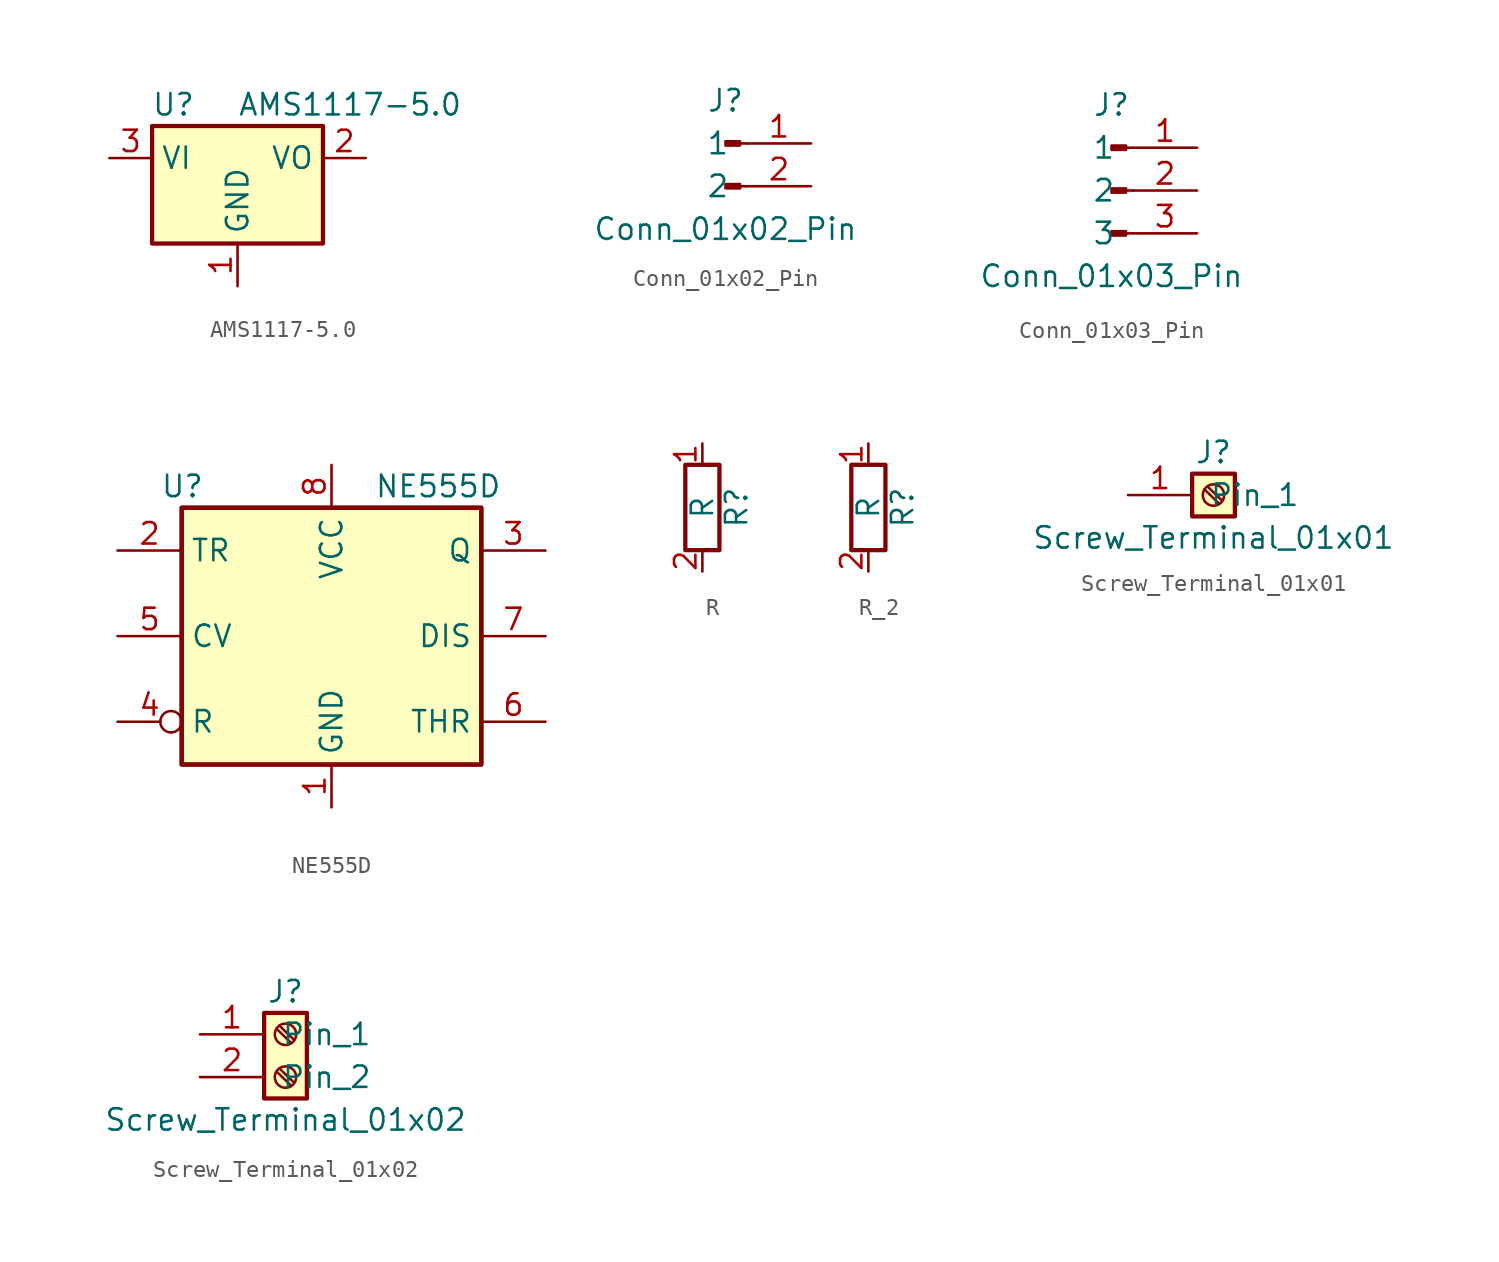
<source format=kicad_sym>
(kicad_symbol_lib
  (version 20241209)
  (generator kicad_symbol_editor)
  (symbol "AMS1117-5.0"
    (property "Reference" "U"
      (at -3.81 3.175 0)
      (effects (font (size 1.27 1.27))))
    (property "Value" "AMS1117-5.0"
      (at 0 3.175 0)
      (effects (font (size 1.27 1.27)) (justify left)))
    (property "ki_keywords" "linear regulator ldo fixed positive"
      (at 0 0 0)
      (effects (font (size 1.27 1.27))))
    (property "ki_fp_filters" "SOT?223*TabPin2*"
      (at 0 0 0)
      (effects (font (size 1.27 1.27))))
    (symbol "AMS1117-5.0_0_1"
      (rectangle (start -5.08 -5.08) (end 5.08 1.905) (stroke (width 0.254) (type default)) (fill (type background))))
    (symbol "AMS1117-5.0_1_1"
      (pin power_in line (at -7.62 0 0) (length 2.54) (name "VI" (effects (font (size 1.27 1.27)))) (number "3" (effects (font (size 1.27 1.27)))))
      (pin power_in line (at 0 -7.62 90) (length 2.54) (name "GND" (effects (font (size 1.27 1.27)))) (number "1" (effects (font (size 1.27 1.27)))))
      (pin power_out line (at 7.62 0 180) (length 2.54) (name "VO" (effects (font (size 1.27 1.27)))) (number "2" (effects (font (size 1.27 1.27)))))))
  (symbol "Conn_01x02_Pin"
    (pin_names
      (offset 1.016))
    (property "Reference" "J"
      (at 0 2.54 0)
      (effects (font (size 1.27 1.27))))
    (property "Value" "Conn_01x02_Pin"
      (at 0 -5.08 0)
      (effects (font (size 1.27 1.27))))
    (property "ki_keywords" "connector"
      (at 0 0 0)
      (effects (font (size 1.27 1.27))))
    (property "ki_fp_filters" "Connector*:*_1x??_*"
      (at 0 0 0)
      (effects (font (size 1.27 1.27))))
    (symbol "Conn_01x02_Pin_1_1"
      (rectangle (start 0.864 0.127) (end 0 -0.127) (stroke (width 0.152) (type default)) (fill (type outline)))
      (rectangle (start 0.864 -2.413) (end 0 -2.667) (stroke (width 0.152) (type default)) (fill (type outline)))
      (polyline (pts (xy 1.27 0) (xy 0.864 0)) (stroke (width 0.152) (type default)) (fill (type none)))
      (polyline (pts (xy 1.27 -2.54) (xy 0.864 -2.54)) (stroke (width 0.152) (type default)) (fill (type none)))
      (pin passive line (at 5.08 0 180) (length 3.81) (name "1" (effects (font (size 1.27 1.27)))) (number "1" (effects (font (size 1.27 1.27)))))
      (pin passive line (at 5.08 -2.54 180) (length 3.81) (name "2" (effects (font (size 1.27 1.27)))) (number "2" (effects (font (size 1.27 1.27)))))))
  (symbol "Conn_01x03_Pin"
    (pin_names
      (offset 1.016))
    (property "Reference" "J"
      (at 0 5.08 0)
      (effects (font (size 1.27 1.27))))
    (property "Value" "Conn_01x03_Pin"
      (at 0 -5.08 0)
      (effects (font (size 1.27 1.27))))
    (property "ki_keywords" "connector"
      (at 0 0 0)
      (effects (font (size 1.27 1.27))))
    (property "ki_fp_filters" "Connector*:*_1x??_*"
      (at 0 0 0)
      (effects (font (size 1.27 1.27))))
    (symbol "Conn_01x03_Pin_1_1"
      (rectangle (start 0.864 2.667) (end 0 2.413) (stroke (width 0.152) (type default)) (fill (type outline)))
      (rectangle (start 0.864 0.127) (end 0 -0.127) (stroke (width 0.152) (type default)) (fill (type outline)))
      (rectangle (start 0.864 -2.413) (end 0 -2.667) (stroke (width 0.152) (type default)) (fill (type outline)))
      (polyline (pts (xy 1.27 2.54) (xy 0.864 2.54)) (stroke (width 0.152) (type default)) (fill (type none)))
      (polyline (pts (xy 1.27 0) (xy 0.864 0)) (stroke (width 0.152) (type default)) (fill (type none)))
      (polyline (pts (xy 1.27 -2.54) (xy 0.864 -2.54)) (stroke (width 0.152) (type default)) (fill (type none)))
      (pin passive line (at 5.08 2.54 180) (length 3.81) (name "1" (effects (font (size 1.27 1.27)))) (number "1" (effects (font (size 1.27 1.27)))))
      (pin passive line (at 5.08 0 180) (length 3.81) (name "2" (effects (font (size 1.27 1.27)))) (number "2" (effects (font (size 1.27 1.27)))))
      (pin passive line (at 5.08 -2.54 180) (length 3.81) (name "3" (effects (font (size 1.27 1.27)))) (number "3" (effects (font (size 1.27 1.27)))))))
  (symbol "NE555D"
    (property "Reference" "U"
      (at -10.16 8.89 0)
      (effects (font (size 1.27 1.27)) (justify left)))
    (property "Value" "NE555D"
      (at 2.54 8.89 0)
      (effects (font (size 1.27 1.27)) (justify left)))
    (property "ki_keywords" "single timer 555"
      (at 0 0 0)
      (effects (font (size 1.27 1.27))))
    (property "ki_fp_filters" "SOIC*3.9x4.9mm*P1.27mm*"
      (at 0 0 0)
      (effects (font (size 1.27 1.27))))
    (symbol "NE555D_0_0"
      (pin power_in line (at 0 10.16 270) (length 2.54) (name "VCC" (effects (font (size 1.27 1.27)))) (number "8" (effects (font (size 1.27 1.27)))))
      (pin power_in line (at 0 -10.16 90) (length 2.54) (name "GND" (effects (font (size 1.27 1.27)))) (number "1" (effects (font (size 1.27 1.27))))))
    (symbol "NE555D_0_1"
      (rectangle (start -8.89 -7.62) (end 8.89 7.62) (stroke (width 0.254) (type default)) (fill (type background)))
      (rectangle (start -8.89 -7.62) (end 8.89 7.62) (stroke (width 0.254) (type default)) (fill (type background))))
    (symbol "NE555D_1_1"
      (pin input line (at -12.7 5.08 0) (length 3.81) (name "TR" (effects (font (size 1.27 1.27)))) (number "2" (effects (font (size 1.27 1.27)))))
      (pin input line (at -12.7 0 0) (length 3.81) (name "CV" (effects (font (size 1.27 1.27)))) (number "5" (effects (font (size 1.27 1.27)))))
      (pin input inverted (at -12.7 -5.08 0) (length 3.81) (name "R" (effects (font (size 1.27 1.27)))) (number "4" (effects (font (size 1.27 1.27)))))
      (pin output line (at 12.7 5.08 180) (length 3.81) (name "Q" (effects (font (size 1.27 1.27)))) (number "3" (effects (font (size 1.27 1.27)))))
      (pin input line (at 12.7 0 180) (length 3.81) (name "DIS" (effects (font (size 1.27 1.27)))) (number "7" (effects (font (size 1.27 1.27)))))
      (pin input line (at 12.7 -5.08 180) (length 3.81) (name "THR" (effects (font (size 1.27 1.27)))) (number "6" (effects (font (size 1.27 1.27)))))))
  (symbol "R"
    (pin_names
      (offset 0))
    (property "Reference" "R"
      (at 2.032 0 90)
      (effects (font (size 1.27 1.27))))
    (property "Value" "R"
      (at 0 0 90)
      (effects (font (size 1.27 1.27))))
    (property "ki_keywords" "R res resistor"
      (at 0 0 0)
      (effects (font (size 1.27 1.27))))
    (property "ki_fp_filters" "R_*"
      (at 0 0 0)
      (effects (font (size 1.27 1.27))))
    (symbol "R_0_1"
      (rectangle (start -1.016 -2.54) (end 1.016 2.54) (stroke (width 0.254) (type default)) (fill (type none))))
    (symbol "R_1_1"
      (pin passive line (at 0 3.81 270) (length 1.27) (name "~" (effects (font (size 1.27 1.27)))) (number "1" (effects (font (size 1.27 1.27)))))
      (pin passive line (at 0 -3.81 90) (length 1.27) (name "~" (effects (font (size 1.27 1.27)))) (number "2" (effects (font (size 1.27 1.27)))))))
  (symbol "R_2"
    (pin_names
      (offset 0))
    (property "Reference" "R"
      (at 2.032 0 90)
      (effects (font (size 1.27 1.27))))
    (property "Value" "R"
      (at 0 0 90)
      (effects (font (size 1.27 1.27))))
    (property "ki_keywords" "R res resistor"
      (at 0 0 0)
      (effects (font (size 1.27 1.27))))
    (property "ki_fp_filters" "R_*"
      (at 0 0 0)
      (effects (font (size 1.27 1.27))))
    (symbol "R_2_0_1"
      (rectangle (start -1.016 -2.54) (end 1.016 2.54) (stroke (width 0.254) (type default)) (fill (type none))))
    (symbol "R_2_1_1"
      (pin passive line (at 0 3.81 270) (length 1.27) (name "~" (effects (font (size 1.27 1.27)))) (number "1" (effects (font (size 1.27 1.27)))))
      (pin passive line (at 0 -3.81 90) (length 1.27) (name "~" (effects (font (size 1.27 1.27)))) (number "2" (effects (font (size 1.27 1.27)))))))
  (symbol "Screw_Terminal_01x01"
    (pin_names
      (offset 1.016))
    (property "Reference" "J"
      (at 0 2.54 0)
      (effects (font (size 1.27 1.27))))
    (property "Value" "Screw_Terminal_01x01"
      (at 0 -2.54 0)
      (effects (font (size 1.27 1.27))))
    (property "ki_keywords" "screw terminal"
      (at 0 0 0)
      (effects (font (size 1.27 1.27))))
    (property "ki_fp_filters" "TerminalBlock*:*"
      (at 0 0 0)
      (effects (font (size 1.27 1.27))))
    (symbol "Screw_Terminal_01x01_1_1"
      (rectangle (start -1.27 1.27) (end 1.27 -1.27) (stroke (width 0.254) (type default)) (fill (type background)))
      (polyline (pts (xy -0.533 0.33) (xy 0.33 -0.508)) (stroke (width 0.152) (type default)) (fill (type none)))
      (polyline (pts (xy -0.356 0.508) (xy 0.508 -0.33)) (stroke (width 0.152) (type default)) (fill (type none)))
      (circle (center 0 0) (radius 0.635) (stroke (width 0.152) (type default)) (fill (type none)))
      (pin passive line (at -5.08 0 0) (length 3.81) (name "Pin_1" (effects (font (size 1.27 1.27)))) (number "1" (effects (font (size 1.27 1.27)))))))
  (symbol "Screw_Terminal_01x02"
    (pin_names
      (offset 1.016))
    (property "Reference" "J"
      (at 0 2.54 0)
      (effects (font (size 1.27 1.27))))
    (property "Value" "Screw_Terminal_01x02"
      (at 0 -5.08 0)
      (effects (font (size 1.27 1.27))))
    (property "ki_keywords" "screw terminal"
      (at 0 0 0)
      (effects (font (size 1.27 1.27))))
    (property "ki_fp_filters" "TerminalBlock*:*"
      (at 0 0 0)
      (effects (font (size 1.27 1.27))))
    (symbol "Screw_Terminal_01x02_1_1"
      (rectangle (start -1.27 1.27) (end 1.27 -3.81) (stroke (width 0.254) (type default)) (fill (type background)))
      (polyline (pts (xy -0.533 0.33) (xy 0.33 -0.508)) (stroke (width 0.152) (type default)) (fill (type none)))
      (polyline (pts (xy -0.533 -2.21) (xy 0.33 -3.048)) (stroke (width 0.152) (type default)) (fill (type none)))
      (polyline (pts (xy -0.356 0.508) (xy 0.508 -0.33)) (stroke (width 0.152) (type default)) (fill (type none)))
      (polyline (pts (xy -0.356 -2.032) (xy 0.508 -2.87)) (stroke (width 0.152) (type default)) (fill (type none)))
      (circle (center 0 0) (radius 0.635) (stroke (width 0.152) (type default)) (fill (type none)))
      (circle (center 0 -2.54) (radius 0.635) (stroke (width 0.152) (type default)) (fill (type none)))
      (pin passive line (at -5.08 0 0) (length 3.81) (name "Pin_1" (effects (font (size 1.27 1.27)))) (number "1" (effects (font (size 1.27 1.27)))))
      (pin passive line (at -5.08 -2.54 0) (length 3.81) (name "Pin_2" (effects (font (size 1.27 1.27)))) (number "2" (effects (font (size 1.27 1.27))))))))
</source>
